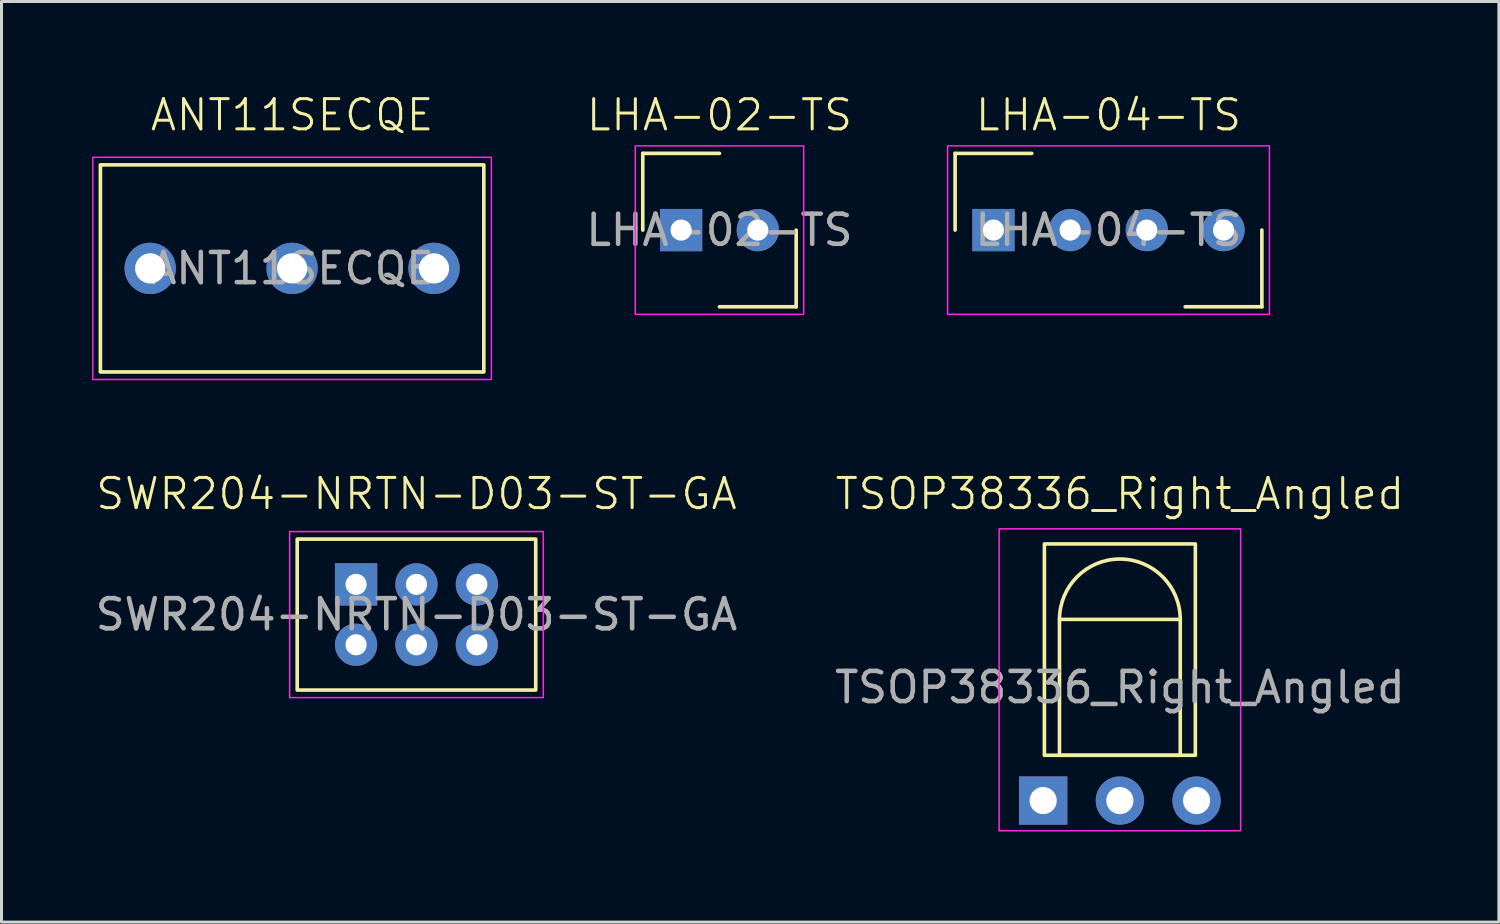
<source format=kicad_pcb>
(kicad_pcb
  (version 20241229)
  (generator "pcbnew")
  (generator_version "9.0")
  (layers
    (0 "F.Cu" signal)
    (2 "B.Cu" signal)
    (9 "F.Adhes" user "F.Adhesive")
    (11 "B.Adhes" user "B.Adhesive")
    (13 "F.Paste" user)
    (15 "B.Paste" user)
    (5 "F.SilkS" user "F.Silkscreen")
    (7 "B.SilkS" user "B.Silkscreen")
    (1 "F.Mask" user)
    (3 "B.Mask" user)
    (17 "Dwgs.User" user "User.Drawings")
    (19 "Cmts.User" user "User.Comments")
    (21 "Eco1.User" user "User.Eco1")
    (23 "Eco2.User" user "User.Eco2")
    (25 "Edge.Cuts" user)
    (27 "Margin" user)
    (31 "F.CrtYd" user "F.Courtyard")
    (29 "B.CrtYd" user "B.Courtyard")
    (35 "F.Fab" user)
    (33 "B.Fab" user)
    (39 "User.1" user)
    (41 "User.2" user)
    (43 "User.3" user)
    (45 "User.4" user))
  (footprint "LHA-04-TS"
    (layer "F.Cu")
    (at 33.665 4.571)
    (property "Reference" "LHA-04-TS" (at 0 -3.81 0) (unlocked yes) (layer "F.SilkS") (effects (font (size 1 1) (thickness 0.1))))
    (attr through_hole)
    (fp_line (start -5.08 -2.54) (end -5.08 0) (stroke (width 0.12) (type solid)) (layer "F.SilkS"))
    (fp_line (start -2.54 -2.54) (end -5.08 -2.54) (stroke (width 0.12) (type solid)) (layer "F.SilkS"))
    (fp_line (start 2.54 2.54) (end 5.08 2.54) (stroke (width 0.12) (type solid)) (layer "F.SilkS"))
    (fp_line (start 5.08 2.54) (end 5.08 0) (stroke (width 0.12) (type solid)) (layer "F.SilkS"))
    (fp_rect (start -5.33 -2.79) (end 5.33 2.79) (stroke (width 0.05) (type solid)) (fill no) (layer "F.CrtYd"))
    (fp_text user "${REFERENCE}" (at 0 0 0) (unlocked yes) (layer "F.Fab") (effects (font (size 1 1) (thickness 0.15))))
    (pad "1" thru_hole rect (at -3.81 0) (size 1.4 1.4) (drill 0.7) (layers "*.Cu" "*.Mask"))
    (pad "2" thru_hole circle (at -1.27 0) (size 1.4 1.4) (drill 0.7) (layers "*.Cu" "*.Mask"))
    (pad "3" thru_hole circle (at 1.27 0) (size 1.4 1.4) (drill 0.7) (layers "*.Cu" "*.Mask"))
    (pad "4" thru_hole circle (at 3.81 0) (size 1.4 1.4) (drill 0.7) (layers "*.Cu" "*.Mask")))
  (footprint "LHA-02-TS"
    (layer "F.Cu")
    (at 20.78 4.571)
    (property "Reference" "LHA-02-TS" (at 0 -3.81 0) (unlocked yes) (layer "F.SilkS") (effects (font (size 1 1) (thickness 0.1))))
    (attr through_hole)
    (fp_line (start -2.54 -2.54) (end -2.54 0) (stroke (width 0.12) (type solid)) (layer "F.SilkS"))
    (fp_line (start -2.54 -2.54) (end 0 -2.54) (stroke (width 0.12) (type solid)) (layer "F.SilkS"))
    (fp_line (start 0 -2.54) (end -2.54 -2.54) (stroke (width 0.1) (type default)) (layer "F.SilkS"))
    (fp_line (start 0 2.54) (end 2.54 2.54) (stroke (width 0.12) (type solid)) (layer "F.SilkS"))
    (fp_line (start 2.54 2.54) (end 2.54 0) (stroke (width 0.12) (type solid)) (layer "F.SilkS"))
    (fp_rect (start -2.79 -2.79) (end 2.79 2.79) (stroke (width 0.05) (type solid)) (fill no) (layer "F.CrtYd"))
    (fp_text user "${REFERENCE}" (at 0 0 0) (unlocked yes) (layer "F.Fab") (effects (font (size 1 1) (thickness 0.15))))
    (pad "1" thru_hole rect (at -1.27 0) (size 1.4 1.4) (drill 0.7) (layers "*.Cu" "*.Mask"))
    (pad "2" thru_hole circle (at 1.27 0) (size 1.4 1.4) (drill 0.7) (layers "*.Cu" "*.Mask")))
  (footprint "SWR204-NRTN-D03-ST-GA"
    (layer "F.Cu")
    (at 10.744 17.306)
    (property "Reference" "SWR204-NRTN-D03-ST-GA" (at 0 -4 0) (unlocked yes) (layer "F.SilkS") (effects (font (size 1 1) (thickness 0.1))))
    (attr through_hole)
    (fp_rect (start -3.95 -2.5) (end 3.95 2.5) (stroke (width 0.12) (type solid)) (fill no) (layer "F.SilkS"))
    (fp_rect (start -4.2 -2.75) (end 4.2 2.75) (stroke (width 0.05) (type solid)) (fill no) (layer "F.CrtYd"))
    (fp_text user "${REFERENCE}" (at 0 0 0) (unlocked yes) (layer "F.Fab") (effects (font (size 1 1) (thickness 0.15))))
    (pad "1" thru_hole rect (at -2 -1) (size 1.4 1.4) (drill 0.7) (layers "*.Cu" "*.Mask"))
    (pad "2" thru_hole circle (at 0 -1) (size 1.4 1.4) (drill 0.7) (layers "*.Cu" "*.Mask"))
    (pad "3" thru_hole circle (at 2 -1) (size 1.4 1.4) (drill 0.7) (layers "*.Cu" "*.Mask"))
    (pad "4" thru_hole circle (at -2 1) (size 1.4 1.4) (drill 0.7) (layers "*.Cu" "*.Mask"))
    (pad "5" thru_hole circle (at 0 1) (size 1.4 1.4) (drill 0.7) (layers "*.Cu" "*.Mask"))
    (pad "6" thru_hole circle (at 2 1) (size 1.4 1.4) (drill 0.7) (layers "*.Cu" "*.Mask")))
  (footprint "TSOP38336_Right_Angled"
    (layer "F.Cu")
    (at 34.042 23.466)
    (property "Reference" "TSOP38336_Right_Angled" (at 0 -10.16 0) (unlocked yes) (layer "F.SilkS") (effects (font (size 1 1) (thickness 0.1))))
    (attr through_hole)
    (fp_rect (start -2.5 -8.5) (end 2.5 -1.5) (stroke (width 0.12) (type solid)) (fill no) (layer "F.SilkS"))
    (fp_rect (start -2 -6) (end 2 -1.5) (stroke (width 0.12) (type solid)) (fill no) (layer "F.SilkS"))
    (fp_arc (start -2 -6) (mid 0 -8) (end 2 -6) (stroke (width 0.12) (type solid)) (layer "F.SilkS"))
    (fp_rect (start -4 -9) (end 4 1) (stroke (width 0.05) (type solid)) (fill no) (layer "F.CrtYd"))
    (fp_text user "${REFERENCE}" (at 0 -3.75 0) (unlocked yes) (layer "F.Fab") (effects (font (size 1 1) (thickness 0.15))))
    (pad "1" thru_hole rect (at -2.54 0) (size 1.6 1.6) (drill 0.9) (layers "*.Cu" "*.Mask"))
    (pad "2" thru_hole circle (at 0 0) (size 1.6 1.6) (drill 0.9) (layers "*.Cu" "*.Mask"))
    (pad "3" thru_hole circle (at 2.54 0) (size 1.6 1.6) (drill 0.9) (layers "*.Cu" "*.Mask")))
  (footprint "ANT11SECQE"
    (layer "F.Cu")
    (at 6.625 5.84)
    (property "Reference" "ANT11SECQE" (at 0 -5.08 0) (unlocked yes) (layer "F.SilkS") (effects (font (size 1 1) (thickness 0.1))))
    (attr through_hole)
    (fp_rect (start -6.35 -3.43) (end 6.35 3.43) (stroke (width 0.12) (type solid)) (fill no) (layer "F.SilkS"))
    (fp_rect (start -6.6 -3.68) (end 6.6 3.68) (stroke (width 0.05) (type solid)) (fill no) (layer "F.CrtYd"))
    (fp_text user "${REFERENCE}" (at 0 0 0) (unlocked yes) (layer "F.Fab") (effects (font (size 1 1) (thickness 0.15))))
    (pad "1" thru_hole circle (at -4.7 0) (size 1.7 1.7) (drill 1) (layers "*.Cu" "*.Mask"))
    (pad "2" thru_hole circle (at 0 0) (size 1.7 1.7) (drill 1) (layers "*.Cu" "*.Mask"))
    (pad "3" thru_hole circle (at 4.7 0) (size 1.7 1.7) (drill 1) (layers "*.Cu" "*.Mask")))
  (gr_rect
    (start -3 -3)
    (end 46.595 27.491)
    (stroke (width 0.1) (type default))
    (fill no)
    (layer "Edge.Cuts")))
</source>
